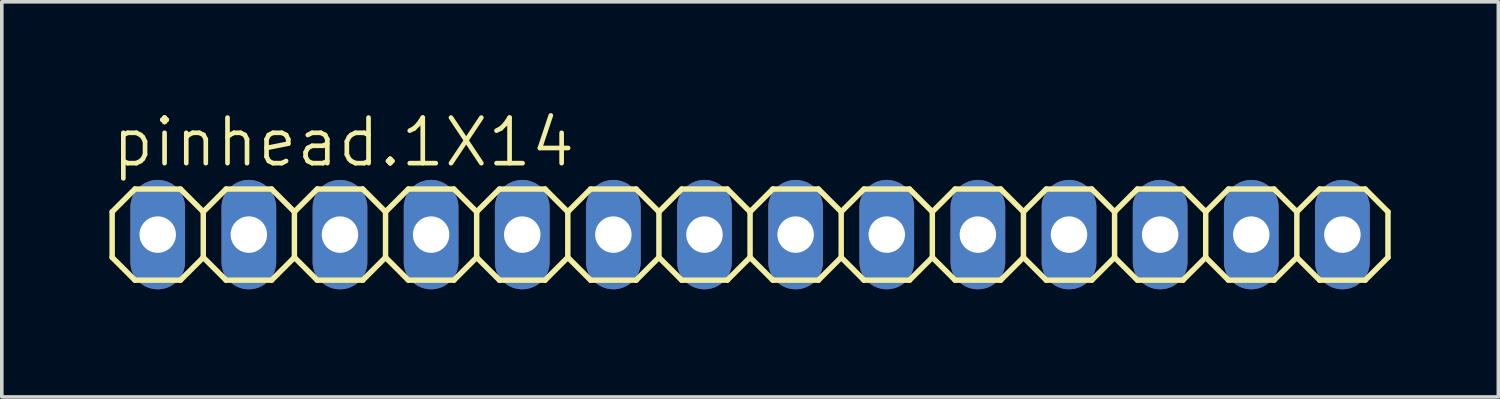
<source format=kicad_pcb>
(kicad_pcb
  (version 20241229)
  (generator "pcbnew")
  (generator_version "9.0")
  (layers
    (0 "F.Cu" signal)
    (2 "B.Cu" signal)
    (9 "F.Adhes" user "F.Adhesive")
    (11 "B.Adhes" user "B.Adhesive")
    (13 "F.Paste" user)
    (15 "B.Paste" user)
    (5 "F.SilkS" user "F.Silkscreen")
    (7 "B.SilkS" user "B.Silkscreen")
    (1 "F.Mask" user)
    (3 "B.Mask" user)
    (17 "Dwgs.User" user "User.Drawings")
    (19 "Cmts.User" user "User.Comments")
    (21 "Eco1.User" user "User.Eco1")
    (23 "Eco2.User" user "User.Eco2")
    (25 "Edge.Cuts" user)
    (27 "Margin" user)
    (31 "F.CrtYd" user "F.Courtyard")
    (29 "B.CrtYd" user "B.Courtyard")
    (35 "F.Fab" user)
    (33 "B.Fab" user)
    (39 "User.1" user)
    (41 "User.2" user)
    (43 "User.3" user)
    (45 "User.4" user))
  (footprint "pinhead.1X14"
    (layer "F.Cu")
    (at 17.856 3.489)
    (property "Reference" "pinhead.1X14" (at -17.856 -1.829 0) (layer "F.SilkS") (effects (font (size 1.27 1.27) (thickness 0.13)) (justify left bottom)))
    (attr through_hole)
    (fp_line (start -17.78 -0.635) (end -17.78 0.635) (stroke (width 0.152) (type default)) (layer "F.SilkS"))
    (fp_line (start -17.78 0.635) (end -17.145 1.27) (stroke (width 0.152) (type default)) (layer "F.SilkS"))
    (fp_line (start -17.145 -1.27) (end -17.78 -0.635) (stroke (width 0.152) (type default)) (layer "F.SilkS"))
    (fp_line (start -17.145 -1.27) (end -15.875 -1.27) (stroke (width 0.152) (type default)) (layer "F.SilkS"))
    (fp_line (start -15.875 -1.27) (end -15.24 -0.635) (stroke (width 0.152) (type default)) (layer "F.SilkS"))
    (fp_line (start -15.875 1.27) (end -17.145 1.27) (stroke (width 0.152) (type default)) (layer "F.SilkS"))
    (fp_line (start -15.24 -0.635) (end -15.24 0.635) (stroke (width 0.152) (type default)) (layer "F.SilkS"))
    (fp_line (start -15.24 -0.635) (end -14.605 -1.27) (stroke (width 0.152) (type default)) (layer "F.SilkS"))
    (fp_line (start -15.24 0.635) (end -15.875 1.27) (stroke (width 0.152) (type default)) (layer "F.SilkS"))
    (fp_line (start -14.605 -1.27) (end -13.335 -1.27) (stroke (width 0.152) (type default)) (layer "F.SilkS"))
    (fp_line (start -14.605 1.27) (end -15.24 0.635) (stroke (width 0.152) (type default)) (layer "F.SilkS"))
    (fp_line (start -13.335 -1.27) (end -12.7 -0.635) (stroke (width 0.152) (type default)) (layer "F.SilkS"))
    (fp_line (start -13.335 1.27) (end -14.605 1.27) (stroke (width 0.152) (type default)) (layer "F.SilkS"))
    (fp_line (start -12.7 -0.635) (end -12.7 0.635) (stroke (width 0.152) (type default)) (layer "F.SilkS"))
    (fp_line (start -12.7 -0.635) (end -12.065 -1.27) (stroke (width 0.152) (type default)) (layer "F.SilkS"))
    (fp_line (start -12.7 0.635) (end -13.335 1.27) (stroke (width 0.152) (type default)) (layer "F.SilkS"))
    (fp_line (start -12.065 -1.27) (end -10.795 -1.27) (stroke (width 0.152) (type default)) (layer "F.SilkS"))
    (fp_line (start -12.065 1.27) (end -12.7 0.635) (stroke (width 0.152) (type default)) (layer "F.SilkS"))
    (fp_line (start -10.795 -1.27) (end -10.16 -0.635) (stroke (width 0.152) (type default)) (layer "F.SilkS"))
    (fp_line (start -10.795 1.27) (end -12.065 1.27) (stroke (width 0.152) (type default)) (layer "F.SilkS"))
    (fp_line (start -10.16 -0.635) (end -10.16 0.635) (stroke (width 0.152) (type default)) (layer "F.SilkS"))
    (fp_line (start -10.16 0.635) (end -10.795 1.27) (stroke (width 0.152) (type default)) (layer "F.SilkS"))
    (fp_line (start -10.16 0.635) (end -9.525 1.27) (stroke (width 0.152) (type default)) (layer "F.SilkS"))
    (fp_line (start -9.525 -1.27) (end -10.16 -0.635) (stroke (width 0.152) (type default)) (layer "F.SilkS"))
    (fp_line (start -9.525 -1.27) (end -8.255 -1.27) (stroke (width 0.152) (type default)) (layer "F.SilkS"))
    (fp_line (start -8.255 -1.27) (end -7.62 -0.635) (stroke (width 0.152) (type default)) (layer "F.SilkS"))
    (fp_line (start -8.255 1.27) (end -9.525 1.27) (stroke (width 0.152) (type default)) (layer "F.SilkS"))
    (fp_line (start -7.62 -0.635) (end -7.62 0.635) (stroke (width 0.152) (type default)) (layer "F.SilkS"))
    (fp_line (start -7.62 -0.635) (end -6.985 -1.27) (stroke (width 0.152) (type default)) (layer "F.SilkS"))
    (fp_line (start -7.62 0.635) (end -8.255 1.27) (stroke (width 0.152) (type default)) (layer "F.SilkS"))
    (fp_line (start -6.985 -1.27) (end -5.715 -1.27) (stroke (width 0.152) (type default)) (layer "F.SilkS"))
    (fp_line (start -6.985 1.27) (end -7.62 0.635) (stroke (width 0.152) (type default)) (layer "F.SilkS"))
    (fp_line (start -5.715 -1.27) (end -5.08 -0.635) (stroke (width 0.152) (type default)) (layer "F.SilkS"))
    (fp_line (start -5.715 1.27) (end -6.985 1.27) (stroke (width 0.152) (type default)) (layer "F.SilkS"))
    (fp_line (start -5.08 -0.635) (end -5.08 0.635) (stroke (width 0.152) (type default)) (layer "F.SilkS"))
    (fp_line (start -5.08 -0.635) (end -4.445 -1.27) (stroke (width 0.152) (type default)) (layer "F.SilkS"))
    (fp_line (start -5.08 0.635) (end -5.715 1.27) (stroke (width 0.152) (type default)) (layer "F.SilkS"))
    (fp_line (start -4.445 -1.27) (end -3.175 -1.27) (stroke (width 0.152) (type default)) (layer "F.SilkS"))
    (fp_line (start -4.445 1.27) (end -5.08 0.635) (stroke (width 0.152) (type default)) (layer "F.SilkS"))
    (fp_line (start -3.175 -1.27) (end -2.54 -0.635) (stroke (width 0.152) (type default)) (layer "F.SilkS"))
    (fp_line (start -3.175 1.27) (end -4.445 1.27) (stroke (width 0.152) (type default)) (layer "F.SilkS"))
    (fp_line (start -2.54 -0.635) (end -2.54 0.635) (stroke (width 0.152) (type default)) (layer "F.SilkS"))
    (fp_line (start -2.54 0.635) (end -3.175 1.27) (stroke (width 0.152) (type default)) (layer "F.SilkS"))
    (fp_line (start -2.54 0.635) (end -1.905 1.27) (stroke (width 0.152) (type default)) (layer "F.SilkS"))
    (fp_line (start -1.905 -1.27) (end -2.54 -0.635) (stroke (width 0.152) (type default)) (layer "F.SilkS"))
    (fp_line (start -1.905 -1.27) (end -0.635 -1.27) (stroke (width 0.152) (type default)) (layer "F.SilkS"))
    (fp_line (start -0.635 -1.27) (end 0 -0.635) (stroke (width 0.152) (type default)) (layer "F.SilkS"))
    (fp_line (start -0.635 1.27) (end -1.905 1.27) (stroke (width 0.152) (type default)) (layer "F.SilkS"))
    (fp_line (start 0 -0.635) (end 0 0.635) (stroke (width 0.152) (type default)) (layer "F.SilkS"))
    (fp_line (start 0 -0.635) (end 0.635 -1.27) (stroke (width 0.152) (type default)) (layer "F.SilkS"))
    (fp_line (start 0 0.635) (end -0.635 1.27) (stroke (width 0.152) (type default)) (layer "F.SilkS"))
    (fp_line (start 0.635 -1.27) (end 1.905 -1.27) (stroke (width 0.152) (type default)) (layer "F.SilkS"))
    (fp_line (start 0.635 1.27) (end 0 0.635) (stroke (width 0.152) (type default)) (layer "F.SilkS"))
    (fp_line (start 1.905 -1.27) (end 2.54 -0.635) (stroke (width 0.152) (type default)) (layer "F.SilkS"))
    (fp_line (start 1.905 1.27) (end 0.635 1.27) (stroke (width 0.152) (type default)) (layer "F.SilkS"))
    (fp_line (start 2.54 -0.635) (end 2.54 0.635) (stroke (width 0.152) (type default)) (layer "F.SilkS"))
    (fp_line (start 2.54 -0.635) (end 3.175 -1.27) (stroke (width 0.152) (type default)) (layer "F.SilkS"))
    (fp_line (start 2.54 0.635) (end 1.905 1.27) (stroke (width 0.152) (type default)) (layer "F.SilkS"))
    (fp_line (start 3.175 -1.27) (end 4.445 -1.27) (stroke (width 0.152) (type default)) (layer "F.SilkS"))
    (fp_line (start 3.175 1.27) (end 2.54 0.635) (stroke (width 0.152) (type default)) (layer "F.SilkS"))
    (fp_line (start 4.445 -1.27) (end 5.08 -0.635) (stroke (width 0.152) (type default)) (layer "F.SilkS"))
    (fp_line (start 4.445 1.27) (end 3.175 1.27) (stroke (width 0.152) (type default)) (layer "F.SilkS"))
    (fp_line (start 5.08 -0.635) (end 5.08 0.635) (stroke (width 0.152) (type default)) (layer "F.SilkS"))
    (fp_line (start 5.08 0.635) (end 4.445 1.27) (stroke (width 0.152) (type default)) (layer "F.SilkS"))
    (fp_line (start 5.08 0.635) (end 5.715 1.27) (stroke (width 0.152) (type default)) (layer "F.SilkS"))
    (fp_line (start 5.715 -1.27) (end 5.08 -0.635) (stroke (width 0.152) (type default)) (layer "F.SilkS"))
    (fp_line (start 5.715 -1.27) (end 6.985 -1.27) (stroke (width 0.152) (type default)) (layer "F.SilkS"))
    (fp_line (start 6.985 -1.27) (end 7.62 -0.635) (stroke (width 0.152) (type default)) (layer "F.SilkS"))
    (fp_line (start 6.985 1.27) (end 5.715 1.27) (stroke (width 0.152) (type default)) (layer "F.SilkS"))
    (fp_line (start 7.62 -0.635) (end 7.62 0.635) (stroke (width 0.152) (type default)) (layer "F.SilkS"))
    (fp_line (start 7.62 -0.635) (end 8.255 -1.27) (stroke (width 0.152) (type default)) (layer "F.SilkS"))
    (fp_line (start 7.62 0.635) (end 6.985 1.27) (stroke (width 0.152) (type default)) (layer "F.SilkS"))
    (fp_line (start 8.255 -1.27) (end 9.525 -1.27) (stroke (width 0.152) (type default)) (layer "F.SilkS"))
    (fp_line (start 8.255 1.27) (end 7.62 0.635) (stroke (width 0.152) (type default)) (layer "F.SilkS"))
    (fp_line (start 9.525 -1.27) (end 10.16 -0.635) (stroke (width 0.152) (type default)) (layer "F.SilkS"))
    (fp_line (start 9.525 1.27) (end 8.255 1.27) (stroke (width 0.152) (type default)) (layer "F.SilkS"))
    (fp_line (start 10.16 -0.635) (end 10.16 0.635) (stroke (width 0.152) (type default)) (layer "F.SilkS"))
    (fp_line (start 10.16 -0.635) (end 10.795 -1.27) (stroke (width 0.152) (type default)) (layer "F.SilkS"))
    (fp_line (start 10.16 0.635) (end 9.525 1.27) (stroke (width 0.152) (type default)) (layer "F.SilkS"))
    (fp_line (start 10.795 -1.27) (end 12.065 -1.27) (stroke (width 0.152) (type default)) (layer "F.SilkS"))
    (fp_line (start 10.795 1.27) (end 10.16 0.635) (stroke (width 0.152) (type default)) (layer "F.SilkS"))
    (fp_line (start 12.065 -1.27) (end 12.7 -0.635) (stroke (width 0.152) (type default)) (layer "F.SilkS"))
    (fp_line (start 12.065 1.27) (end 10.795 1.27) (stroke (width 0.152) (type default)) (layer "F.SilkS"))
    (fp_line (start 12.7 -0.635) (end 12.7 0.635) (stroke (width 0.152) (type default)) (layer "F.SilkS"))
    (fp_line (start 12.7 0.635) (end 12.065 1.27) (stroke (width 0.152) (type default)) (layer "F.SilkS"))
    (fp_line (start 12.7 0.635) (end 13.335 1.27) (stroke (width 0.152) (type default)) (layer "F.SilkS"))
    (fp_line (start 13.335 -1.27) (end 12.7 -0.635) (stroke (width 0.152) (type default)) (layer "F.SilkS"))
    (fp_line (start 13.335 -1.27) (end 14.605 -1.27) (stroke (width 0.152) (type default)) (layer "F.SilkS"))
    (fp_line (start 14.605 -1.27) (end 15.24 -0.635) (stroke (width 0.152) (type default)) (layer "F.SilkS"))
    (fp_line (start 14.605 1.27) (end 13.335 1.27) (stroke (width 0.152) (type default)) (layer "F.SilkS"))
    (fp_line (start 15.24 -0.635) (end 15.24 0.635) (stroke (width 0.152) (type default)) (layer "F.SilkS"))
    (fp_line (start 15.24 -0.635) (end 15.875 -1.27) (stroke (width 0.152) (type default)) (layer "F.SilkS"))
    (fp_line (start 15.24 0.635) (end 14.605 1.27) (stroke (width 0.152) (type default)) (layer "F.SilkS"))
    (fp_line (start 15.875 -1.27) (end 17.145 -1.27) (stroke (width 0.152) (type default)) (layer "F.SilkS"))
    (fp_line (start 15.875 1.27) (end 15.24 0.635) (stroke (width 0.152) (type default)) (layer "F.SilkS"))
    (fp_line (start 17.145 -1.27) (end 17.78 -0.635) (stroke (width 0.152) (type default)) (layer "F.SilkS"))
    (fp_line (start 17.145 1.27) (end 15.875 1.27) (stroke (width 0.152) (type default)) (layer "F.SilkS"))
    (fp_line (start 17.78 -0.635) (end 17.78 0.635) (stroke (width 0.152) (type default)) (layer "F.SilkS"))
    (fp_line (start 17.78 0.635) (end 17.145 1.27) (stroke (width 0.152) (type default)) (layer "F.SilkS"))
    (fp_rect (start -16.764 0.254) (end -16.256 -0.254) (stroke (width 0.05) (type default)) (fill no) (layer "F.Fab"))
    (fp_rect (start -14.224 0.254) (end -13.716 -0.254) (stroke (width 0.05) (type default)) (fill no) (layer "F.Fab"))
    (fp_rect (start -11.684 0.254) (end -11.176 -0.254) (stroke (width 0.05) (type default)) (fill no) (layer "F.Fab"))
    (fp_rect (start -9.144 0.254) (end -8.636 -0.254) (stroke (width 0.05) (type default)) (fill no) (layer "F.Fab"))
    (fp_rect (start -6.604 0.254) (end -6.096 -0.254) (stroke (width 0.05) (type default)) (fill no) (layer "F.Fab"))
    (fp_rect (start -4.064 0.254) (end -3.556 -0.254) (stroke (width 0.05) (type default)) (fill no) (layer "F.Fab"))
    (fp_rect (start -1.524 0.254) (end -1.016 -0.254) (stroke (width 0.05) (type default)) (fill no) (layer "F.Fab"))
    (fp_rect (start 1.016 0.254) (end 1.524 -0.254) (stroke (width 0.05) (type default)) (fill no) (layer "F.Fab"))
    (fp_rect (start 3.556 0.254) (end 4.064 -0.254) (stroke (width 0.05) (type default)) (fill no) (layer "F.Fab"))
    (fp_rect (start 6.096 0.254) (end 6.604 -0.254) (stroke (width 0.05) (type default)) (fill no) (layer "F.Fab"))
    (fp_rect (start 8.636 0.254) (end 9.144 -0.254) (stroke (width 0.05) (type default)) (fill no) (layer "F.Fab"))
    (fp_rect (start 11.176 0.254) (end 11.684 -0.254) (stroke (width 0.05) (type default)) (fill no) (layer "F.Fab"))
    (fp_rect (start 13.716 0.254) (end 14.224 -0.254) (stroke (width 0.05) (type default)) (fill no) (layer "F.Fab"))
    (fp_rect (start 16.256 0.254) (end 16.764 -0.254) (stroke (width 0.05) (type default)) (fill no) (layer "F.Fab"))
    (pad "1" thru_hole oval (at -16.51 0 90) (size 3.048 1.524) (drill 1.016) (layers "*.Cu" "*.Mask"))
    (pad "2" thru_hole oval (at -13.97 0 90) (size 3.048 1.524) (drill 1.016) (layers "*.Cu" "*.Mask"))
    (pad "3" thru_hole oval (at -11.43 0 90) (size 3.048 1.524) (drill 1.016) (layers "*.Cu" "*.Mask"))
    (pad "4" thru_hole oval (at -8.89 0 90) (size 3.048 1.524) (drill 1.016) (layers "*.Cu" "*.Mask"))
    (pad "5" thru_hole oval (at -6.35 0 90) (size 3.048 1.524) (drill 1.016) (layers "*.Cu" "*.Mask"))
    (pad "6" thru_hole oval (at -3.81 0 90) (size 3.048 1.524) (drill 1.016) (layers "*.Cu" "*.Mask"))
    (pad "7" thru_hole oval (at -1.27 0 90) (size 3.048 1.524) (drill 1.016) (layers "*.Cu" "*.Mask"))
    (pad "8" thru_hole oval (at 1.27 0 90) (size 3.048 1.524) (drill 1.016) (layers "*.Cu" "*.Mask"))
    (pad "9" thru_hole oval (at 3.81 0 90) (size 3.048 1.524) (drill 1.016) (layers "*.Cu" "*.Mask"))
    (pad "10" thru_hole oval (at 6.35 0 90) (size 3.048 1.524) (drill 1.016) (layers "*.Cu" "*.Mask"))
    (pad "11" thru_hole oval (at 8.89 0 90) (size 3.048 1.524) (drill 1.016) (layers "*.Cu" "*.Mask"))
    (pad "12" thru_hole oval (at 11.43 0 90) (size 3.048 1.524) (drill 1.016) (layers "*.Cu" "*.Mask"))
    (pad "13" thru_hole oval (at 13.97 0 90) (size 3.048 1.524) (drill 1.016) (layers "*.Cu" "*.Mask"))
    (pad "14" thru_hole oval (at 16.51 0 90) (size 3.048 1.524) (drill 1.016) (layers "*.Cu" "*.Mask")))
  (gr_rect
    (start -3 -3)
    (end 38.712 8.013)
    (stroke (width 0.1) (type default))
    (fill no)
    (layer "Edge.Cuts")))
</source>
